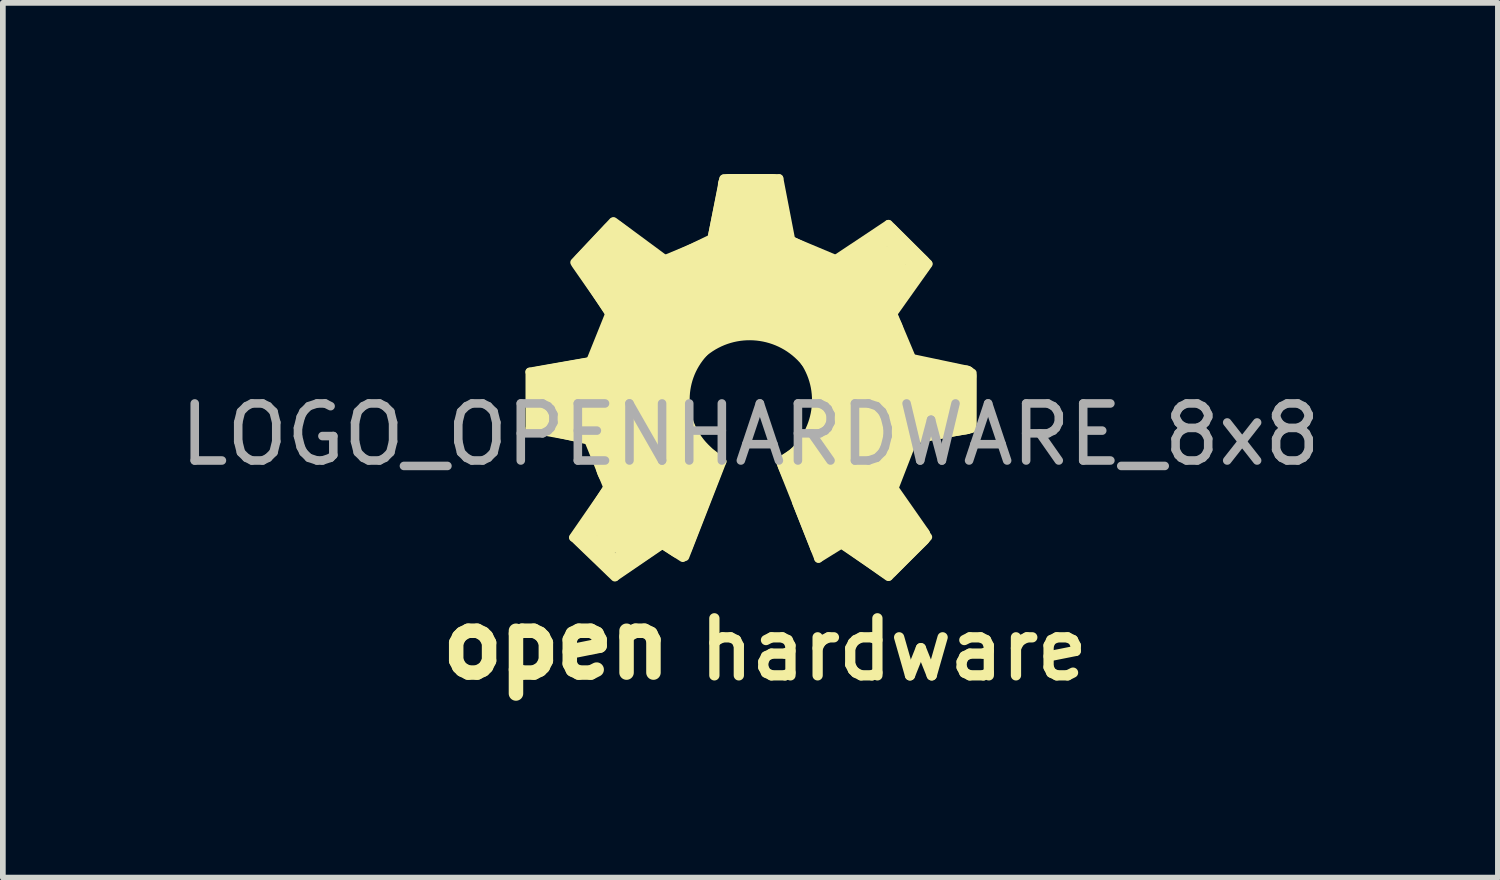
<source format=kicad_pcb>
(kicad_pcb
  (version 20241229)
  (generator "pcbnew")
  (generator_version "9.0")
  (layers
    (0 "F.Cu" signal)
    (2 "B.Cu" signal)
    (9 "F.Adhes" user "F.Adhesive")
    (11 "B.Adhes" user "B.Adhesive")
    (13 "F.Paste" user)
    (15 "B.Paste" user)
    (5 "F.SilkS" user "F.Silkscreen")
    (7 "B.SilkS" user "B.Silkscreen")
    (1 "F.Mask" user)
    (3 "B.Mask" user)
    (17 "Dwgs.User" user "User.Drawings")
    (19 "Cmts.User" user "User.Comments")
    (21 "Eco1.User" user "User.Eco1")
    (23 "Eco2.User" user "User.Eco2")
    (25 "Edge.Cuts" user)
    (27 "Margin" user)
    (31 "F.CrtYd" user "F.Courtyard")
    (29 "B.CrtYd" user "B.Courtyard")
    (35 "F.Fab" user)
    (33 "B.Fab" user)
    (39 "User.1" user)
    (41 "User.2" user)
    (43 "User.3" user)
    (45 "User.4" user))
  (footprint "LOGO_OPENHARDWARE_8x8"
    (layer "F.Cu")
    (at 10.101 4.066)
    (property "Reference" "LOGO_OPENHARDWARE_8x8" (at 0 0.5 0) (layer "F.Fab") (effects (font (size 1 1) (thickness 0.15))))
    (attr through_hole)
    (fp_line (start -3.868 -0.599) (end -2.697 -0.803) (stroke (width 0.15) (type solid)) (layer "F.SilkS"))
    (fp_line (start -3.866 -0.597) (end -3.866 0.389) (stroke (width 0.15) (type solid)) (layer "F.SilkS"))
    (fp_line (start -3.866 0.396) (end -2.794 0.592) (stroke (width 0.15) (type solid)) (layer "F.SilkS"))
    (fp_line (start -3.729 -0.505) (end -2.71 -0.686) (stroke (width 0.37) (type solid)) (layer "F.SilkS"))
    (fp_line (start -3.726 0.284) (end -2.776 0.503) (stroke (width 0.37) (type solid)) (layer "F.SilkS"))
    (fp_line (start -3.716 -0.493) (end -3.721 0.295) (stroke (width 0.38) (type solid)) (layer "F.SilkS"))
    (fp_line (start -3.716 -0.353) (end -2.601 -0.599) (stroke (width 0.15) (type solid)) (layer "F.SilkS"))
    (fp_line (start -3.574 -0.409) (end -3.574 0.241) (stroke (width 0.15) (type solid)) (layer "F.SilkS"))
    (fp_line (start -3.259 -0.112) (end -1.841 -0.173) (stroke (width 1) (type solid)) (layer "F.SilkS"))
    (fp_line (start -3.104 2.304) (end -2.507 1.44) (stroke (width 0.15) (type solid)) (layer "F.SilkS"))
    (fp_line (start -3.081 -2.517) (end -2.408 -3.231) (stroke (width 0.15) (type solid)) (layer "F.SilkS"))
    (fp_line (start -3.061 -2.482) (end -2.466 -1.628) (stroke (width 0.15) (type solid)) (layer "F.SilkS"))
    (fp_line (start -2.939 2.286) (end -2.375 2.824) (stroke (width 0.38) (type solid)) (layer "F.SilkS"))
    (fp_line (start -2.924 2.286) (end -2.39 1.453) (stroke (width 0.37) (type solid)) (layer "F.SilkS"))
    (fp_line (start -2.918 -2.512) (end -2.418 -3.045) (stroke (width 0.38) (type solid)) (layer "F.SilkS"))
    (fp_line (start -2.908 -2.489) (end -2.352 -1.638) (stroke (width 0.37) (type solid)) (layer "F.SilkS"))
    (fp_line (start -2.799 -0.798) (end -2.464 -1.631) (stroke (width 0.15) (type solid)) (layer "F.SilkS"))
    (fp_line (start -2.748 0.526) (end -2.39 1.41) (stroke (width 0.37) (type solid)) (layer "F.SilkS"))
    (fp_line (start -2.68 -0.721) (end -2.332 -1.587) (stroke (width 0.37) (type solid)) (layer "F.SilkS"))
    (fp_line (start -2.461 0.376) (end -1.755 0.249) (stroke (width 1) (type solid)) (layer "F.SilkS"))
    (fp_line (start -2.426 -2.969) (end -1.542 -2.248) (stroke (width 0.15) (type solid)) (layer "F.SilkS"))
    (fp_line (start -2.395 -3.233) (end -1.425 -2.517) (stroke (width 0.15) (type solid)) (layer "F.SilkS"))
    (fp_line (start -2.375 3) (end -3.096 2.306) (stroke (width 0.15) (type solid)) (layer "F.SilkS"))
    (fp_line (start -2.37 -3.071) (end -1.542 -2.418) (stroke (width 0.37) (type solid)) (layer "F.SilkS"))
    (fp_line (start -2.362 2.824) (end -1.582 2.294) (stroke (width 0.4) (type solid)) (layer "F.SilkS"))
    (fp_line (start -2.273 -2.398) (end -1.212 -1.29) (stroke (width 1) (type solid)) (layer "F.SilkS"))
    (fp_line (start -2.223 2.093) (end -1.369 1.072) (stroke (width 1) (type solid)) (layer "F.SilkS"))
    (fp_line (start -2.212 1.021) (end -1.648 0.541) (stroke (width 1) (type solid)) (layer "F.SilkS"))
    (fp_line (start -2.187 -1.621) (end -2.573 -0.622) (stroke (width 0.15) (type solid)) (layer "F.SilkS"))
    (fp_line (start -2.182 -1.615) (end -2.784 -2.525) (stroke (width 0.15) (type solid)) (layer "F.SilkS"))
    (fp_line (start -2.136 -0.869) (end -1.694 -0.709) (stroke (width 1) (type solid)) (layer "F.SilkS"))
    (fp_line (start -1.961 -1.349) (end -1.504 -1.059) (stroke (width 1) (type solid)) (layer "F.SilkS"))
    (fp_line (start -1.572 2.276) (end -1.255 2.482) (stroke (width 0.37) (type solid)) (layer "F.SilkS"))
    (fp_line (start -1.547 1.92) (end -1.181 1.158) (stroke (width 1) (type solid)) (layer "F.SilkS"))
    (fp_line (start -1.542 2.428) (end -2.367 2.992) (stroke (width 0.15) (type solid)) (layer "F.SilkS"))
    (fp_line (start -1.537 -2.25) (end -0.554 -2.743) (stroke (width 0.15) (type solid)) (layer "F.SilkS"))
    (fp_line (start -1.529 2.438) (end -1.184 2.659) (stroke (width 0.15) (type solid)) (layer "F.SilkS"))
    (fp_line (start -1.481 -2.428) (end -0.635 -2.835) (stroke (width 0.37) (type solid)) (layer "F.SilkS"))
    (fp_line (start -1.46 -2.586) (end -0.556 -2.964) (stroke (width 0.15) (type solid)) (layer "F.SilkS"))
    (fp_line (start -1.45 -0.391) (end -1.318 0.432) (stroke (width 0.15) (type solid)) (layer "F.SilkS"))
    (fp_line (start -1.313 0.462) (end -1.219 0.632) (stroke (width 0.15) (type solid)) (layer "F.SilkS"))
    (fp_line (start -1.313 0.462) (end -1.219 0.632) (stroke (width 0.15) (type solid)) (layer "F.SilkS"))
    (fp_line (start -1.227 2.461) (end -0.676 1.039) (stroke (width 0.42) (type solid)) (layer "F.SilkS"))
    (fp_line (start -1.206 0.663) (end -0.899 0.93) (stroke (width 0.15) (type solid)) (layer "F.SilkS"))
    (fp_line (start -1.146 2.642) (end -0.495 0.973) (stroke (width 0.15) (type solid)) (layer "F.SilkS"))
    (fp_line (start -1.09 0.683) (end -0.831 1.021) (stroke (width 0.15) (type solid)) (layer "F.SilkS"))
    (fp_line (start -1.026 -1.128) (end -1.445 -0.396) (stroke (width 0.15) (type solid)) (layer "F.SilkS"))
    (fp_line (start -0.963 -2.126) (end -0.787 -1.768) (stroke (width 1) (type solid)) (layer "F.SilkS"))
    (fp_line (start -0.721 0.798) (end -0.495 0.973) (stroke (width 0.15) (type solid)) (layer "F.SilkS"))
    (fp_line (start -0.528 -2.385) (end -0.361 -1.775) (stroke (width 1) (type solid)) (layer "F.SilkS"))
    (fp_line (start -0.472 -3.98) (end -0.673 -2.954) (stroke (width 0.15) (type solid)) (layer "F.SilkS"))
    (fp_line (start -0.462 -3.988) (end 0.503 -3.988) (stroke (width 0.15) (type solid)) (layer "F.SilkS"))
    (fp_line (start -0.384 -3.881) (end 0.401 -3.881) (stroke (width 0.37) (type solid)) (layer "F.SilkS"))
    (fp_line (start -0.376 -3.868) (end -0.582 -2.855) (stroke (width 0.37) (type solid)) (layer "F.SilkS"))
    (fp_line (start -0.155 -1.557) (end -1.026 -1.128) (stroke (width 0.15) (type solid)) (layer "F.SilkS"))
    (fp_line (start -0.013 -3.373) (end -0.008 -1.859) (stroke (width 1) (type solid)) (layer "F.SilkS"))
    (fp_line (start 0.384 -3.861) (end 0.597 -2.842) (stroke (width 0.37) (type solid)) (layer "F.SilkS"))
    (fp_line (start 0.503 -3.988) (end 0.729 -2.817) (stroke (width 0.15) (type solid)) (layer "F.SilkS"))
    (fp_line (start 0.597 -2.842) (end 1.499 -2.393) (stroke (width 0.37) (type solid)) (layer "F.SilkS"))
    (fp_line (start 0.643 1.255) (end 0.521 0.97) (stroke (width 0.15) (type solid)) (layer "F.SilkS"))
    (fp_line (start 0.66 -1.389) (end -0.155 -1.549) (stroke (width 0.15) (type solid)) (layer "F.SilkS"))
    (fp_line (start 0.719 -2.898) (end 1.524 -2.56) (stroke (width 0.15) (type solid)) (layer "F.SilkS"))
    (fp_line (start 0.737 -2.37) (end 0.516 -1.684) (stroke (width 1) (type solid)) (layer "F.SilkS"))
    (fp_line (start 0.78 0.8) (end 0.526 0.965) (stroke (width 0.15) (type solid)) (layer "F.SilkS"))
    (fp_line (start 0.803 0.993) (end 1.331 2.375) (stroke (width 0.15) (type solid)) (layer "F.SilkS"))
    (fp_line (start 0.846 1.052) (end 1.024 0.93) (stroke (width 0.15) (type solid)) (layer "F.SilkS"))
    (fp_line (start 1.024 0.93) (end 1.4 0.218) (stroke (width 0.15) (type solid)) (layer "F.SilkS"))
    (fp_line (start 1.163 1.067) (end 1.496 1.798) (stroke (width 1) (type solid)) (layer "F.SilkS"))
    (fp_line (start 1.163 1.158) (end 2.344 2.172) (stroke (width 1) (type solid)) (layer "F.SilkS"))
    (fp_line (start 1.171 -0.96) (end 0.66 -1.389) (stroke (width 0.15) (type solid)) (layer "F.SilkS"))
    (fp_line (start 1.194 2.672) (end 0.808 1.692) (stroke (width 0.15) (type solid)) (layer "F.SilkS"))
    (fp_line (start 1.232 2.459) (end 0.658 1.019) (stroke (width 0.37) (type solid)) (layer "F.SilkS"))
    (fp_line (start 1.278 1.021) (end 1.895 1.349) (stroke (width 1) (type solid)) (layer "F.SilkS"))
    (fp_line (start 1.323 -2.118) (end 0.904 -1.532) (stroke (width 1) (type solid)) (layer "F.SilkS"))
    (fp_line (start 1.4 0.218) (end 1.4 -0.3) (stroke (width 0.15) (type solid)) (layer "F.SilkS"))
    (fp_line (start 1.405 -2.512) (end 2.416 -3.185) (stroke (width 0.15) (type solid)) (layer "F.SilkS"))
    (fp_line (start 1.405 -0.287) (end 1.171 -0.96) (stroke (width 0.15) (type solid)) (layer "F.SilkS"))
    (fp_line (start 1.511 -2.398) (end 2.416 -3.032) (stroke (width 0.37) (type solid)) (layer "F.SilkS"))
    (fp_line (start 1.542 2.372) (end 2.418 2.992) (stroke (width 0.15) (type solid)) (layer "F.SilkS"))
    (fp_line (start 1.57 2.273) (end 1.232 2.459) (stroke (width 0.37) (type solid)) (layer "F.SilkS"))
    (fp_line (start 1.598 0.602) (end 2.207 0.709) (stroke (width 1) (type solid)) (layer "F.SilkS"))
    (fp_line (start 1.722 2.344) (end 1.194 2.672) (stroke (width 0.15) (type solid)) (layer "F.SilkS"))
    (fp_line (start 2.192 -1.25) (end 1.537 -0.884) (stroke (width 1) (type solid)) (layer "F.SilkS"))
    (fp_line (start 2.253 -2.316) (end 1.14 -1.25) (stroke (width 1) (type solid)) (layer "F.SilkS"))
    (fp_line (start 2.352 -1.692) (end 2.692 -0.754) (stroke (width 0.37) (type solid)) (layer "F.SilkS"))
    (fp_line (start 2.355 1.392) (end 2.974 2.278) (stroke (width 0.37) (type solid)) (layer "F.SilkS"))
    (fp_line (start 2.405 2.677) (end 1.585 2.149) (stroke (width 0.15) (type solid)) (layer "F.SilkS"))
    (fp_line (start 2.405 2.84) (end 1.57 2.273) (stroke (width 0.37) (type solid)) (layer "F.SilkS"))
    (fp_line (start 2.416 -3.03) (end 2.969 -2.484) (stroke (width 0.37) (type solid)) (layer "F.SilkS"))
    (fp_line (start 2.421 -3.188) (end 3.114 -2.497) (stroke (width 0.15) (type solid)) (layer "F.SilkS"))
    (fp_line (start 2.421 2.832) (end 2.974 2.286) (stroke (width 0.37) (type solid)) (layer "F.SilkS"))
    (fp_line (start 2.428 2.987) (end 3.111 2.296) (stroke (width 0.15) (type solid)) (layer "F.SilkS"))
    (fp_line (start 2.433 -0.556) (end 1.712 -0.409) (stroke (width 1) (type solid)) (layer "F.SilkS"))
    (fp_line (start 2.504 -1.608) (end 2.87 -0.739) (stroke (width 0.15) (type solid)) (layer "F.SilkS"))
    (fp_line (start 2.692 -0.754) (end 3.774 -0.526) (stroke (width 0.37) (type solid)) (layer "F.SilkS"))
    (fp_line (start 2.753 0.61) (end 3.876 0.399) (stroke (width 0.15) (type solid)) (layer "F.SilkS"))
    (fp_line (start 2.761 0.48) (end 2.355 1.392) (stroke (width 0.37) (type solid)) (layer "F.SilkS"))
    (fp_line (start 2.824 2.212) (end 2.339 2.743) (stroke (width 0.15) (type solid)) (layer "F.SilkS"))
    (fp_line (start 2.857 0.577) (end 2.477 1.557) (stroke (width 0.15) (type solid)) (layer "F.SilkS"))
    (fp_line (start 2.969 -2.482) (end 2.352 -1.692) (stroke (width 0.37) (type solid)) (layer "F.SilkS"))
    (fp_line (start 3.119 -2.489) (end 2.416 -1.499) (stroke (width 0.15) (type solid)) (layer "F.SilkS"))
    (fp_line (start 3.244 -0.132) (end 1.775 -0.046) (stroke (width 1) (type solid)) (layer "F.SilkS"))
    (fp_line (start 3.774 -0.526) (end 3.774 0.31) (stroke (width 0.37) (type solid)) (layer "F.SilkS"))
    (fp_line (start 3.774 0.31) (end 2.761 0.48) (stroke (width 0.37) (type solid)) (layer "F.SilkS"))
    (fp_line (start 3.807 0.163) (end 2.7 0.386) (stroke (width 0.15) (type solid)) (layer "F.SilkS"))
    (fp_line (start 3.891 -0.579) (end 3.889 0.378) (stroke (width 0.15) (type solid)) (layer "F.SilkS"))
    (fp_arc (start -0.8763 -1.03124) (mid 0.127392 -1.330927) (end 1.04902 -0.83312) (stroke (width 0.37) (type solid)) (layer "F.SilkS"))
    (fp_arc (start -0.8255 0.84836) (mid -1.247617 -0.062958) (end -0.9017 -1.00584) (stroke (width 0.37) (type solid)) (layer "F.SilkS"))
    (fp_arc (start 1.03886 -0.84836) (mid 1.239562 0.160623) (end 0.66802 1.016) (stroke (width 0.37) (type solid)) (layer "F.SilkS"))
    (fp_text user "hardware" (at 2.512 4.267 0) (layer "F.SilkS") (effects (font (size 1 1) (thickness 0.18))))
    (fp_text user "open" (at -3.401 4.176 0) (layer "F.SilkS") (effects (font (size 1.1 1.1) (thickness 0.254)))))
  (gr_rect
    (start -3 -3)
    (end 23.202 12.331)
    (stroke (width 0.1) (type default))
    (fill no)
    (layer "Edge.Cuts")))
</source>
